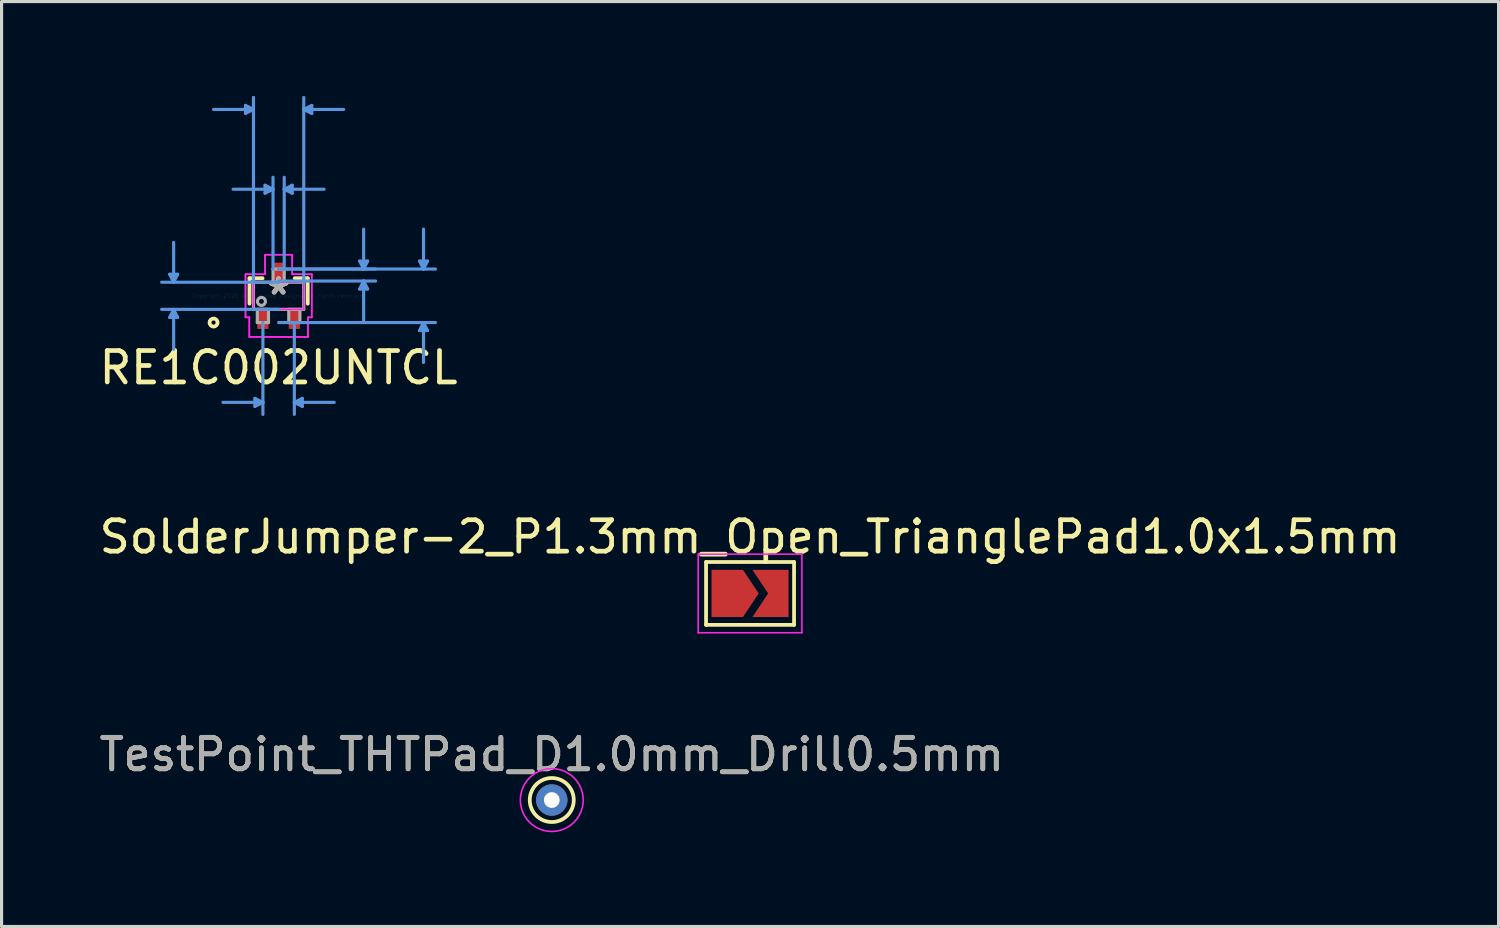
<source format=kicad_pcb>
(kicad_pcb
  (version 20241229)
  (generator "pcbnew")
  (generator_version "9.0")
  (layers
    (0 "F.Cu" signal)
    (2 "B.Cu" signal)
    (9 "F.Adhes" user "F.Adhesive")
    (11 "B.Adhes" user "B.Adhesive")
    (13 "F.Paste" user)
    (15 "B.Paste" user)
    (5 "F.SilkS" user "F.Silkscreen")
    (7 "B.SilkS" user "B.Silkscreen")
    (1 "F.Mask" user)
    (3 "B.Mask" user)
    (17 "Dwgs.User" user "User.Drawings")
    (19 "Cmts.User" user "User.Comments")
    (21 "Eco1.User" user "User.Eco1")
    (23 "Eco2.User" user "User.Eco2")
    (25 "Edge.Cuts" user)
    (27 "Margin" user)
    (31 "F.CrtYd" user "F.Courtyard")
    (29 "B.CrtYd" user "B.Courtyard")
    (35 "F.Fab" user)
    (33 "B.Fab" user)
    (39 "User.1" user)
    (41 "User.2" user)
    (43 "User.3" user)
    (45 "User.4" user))
  (footprint "SolderJumper-2_P1.3mm_Open_TrianglePad1.0x1.5mm"
    (layer "F.Cu")
    (at 20.815 15.832)
    (property "Reference" "SolderJumper-2_P1.3mm_Open_TrianglePad1.0x1.5mm" (at 0 -1.8 0) (layer "F.SilkS") (effects (font (size 1 1) (thickness 0.15))))
    (attr exclude_from_pos_files exclude_from_bom)
    (fp_line (start -1.4 -1) (end 1.4 -1) (stroke (width 0.12) (type solid)) (layer "F.SilkS"))
    (fp_line (start -1.4 1) (end -1.4 -1) (stroke (width 0.12) (type solid)) (layer "F.SilkS"))
    (fp_line (start 1.4 -1) (end 1.4 1) (stroke (width 0.12) (type solid)) (layer "F.SilkS"))
    (fp_line (start 1.4 1) (end -1.4 1) (stroke (width 0.12) (type solid)) (layer "F.SilkS"))
    (fp_line (start -1.65 -1.25) (end -1.65 1.25) (stroke (width 0.05) (type solid)) (layer "F.CrtYd"))
    (fp_line (start -1.65 -1.25) (end 1.65 -1.25) (stroke (width 0.05) (type solid)) (layer "F.CrtYd"))
    (fp_line (start 1.65 1.25) (end -1.65 1.25) (stroke (width 0.05) (type solid)) (layer "F.CrtYd"))
    (fp_line (start 1.65 1.25) (end 1.65 -1.25) (stroke (width 0.05) (type solid)) (layer "F.CrtYd"))
    (pad "1" smd custom (at -0.725 0) (size 0.3 0.3) (layers "F.Cu" "F.Mask") (options (anchor rect)) (primitives (gr_poly (pts (xy 1 0) (xy 0.5 0.75) (xy -0.5 0.75) (xy -0.5 -0.75) (xy 0.5 -0.75)) (width 0) (fill yes))))
    (pad "2" smd custom (at 0.725 0) (size 0.3 0.3) (layers "F.Cu" "F.Mask") (options (anchor rect)) (primitives (gr_poly (pts (xy 0.5 0.75) (xy -0.65 0.75) (xy -0.15 0) (xy -0.65 -0.75) (xy 0.5 -0.75)) (width 0) (fill yes)))))
  (footprint "RE1C002UNTCL"
    (layer "F.Cu")
    (at 5.815 6.362)
    (property "Reference" "RE1C002UNTCL" (at 0 2.286 0) (layer "F.SilkS") (effects (font (size 1 1) (thickness 0.15))))
    (attr through_hole)
    (fp_line (start -0.927 -0.559) (end -0.927 0.25) (stroke (width 0.12) (type solid)) (layer "F.SilkS"))
    (fp_line (start -0.511 -0.559) (end -0.927 -0.559) (stroke (width 0.12) (type solid)) (layer "F.SilkS"))
    (fp_line (start 0.927 -0.559) (end 0.511 -0.559) (stroke (width 0.12) (type solid)) (layer "F.SilkS"))
    (fp_line (start 0.927 0.25) (end 0.927 -0.559) (stroke (width 0.12) (type solid)) (layer "F.SilkS"))
    (fp_circle (center -2.07 0.851) (end -1.943 0.851) (stroke (width 0.12) (type solid)) (fill no) (layer "F.SilkS"))
    (fp_line (start -3.467 -0.686) (end -3.213 -0.686) (stroke (width 0.1) (type solid)) (layer "Cmts.User"))
    (fp_line (start -3.467 0.686) (end -3.213 0.686) (stroke (width 0.1) (type solid)) (layer "Cmts.User"))
    (fp_line (start -3.34 -0.432) (end -3.467 -0.686) (stroke (width 0.1) (type solid)) (layer "Cmts.User"))
    (fp_line (start -3.34 -0.432) (end -3.34 -1.702) (stroke (width 0.1) (type solid)) (layer "Cmts.User"))
    (fp_line (start -3.34 -0.432) (end -3.213 -0.686) (stroke (width 0.1) (type solid)) (layer "Cmts.User"))
    (fp_line (start -3.34 0.432) (end -3.467 0.686) (stroke (width 0.1) (type solid)) (layer "Cmts.User"))
    (fp_line (start -3.34 0.432) (end -3.34 1.702) (stroke (width 0.1) (type solid)) (layer "Cmts.User"))
    (fp_line (start -3.34 0.432) (end -3.213 0.686) (stroke (width 0.1) (type solid)) (layer "Cmts.User"))
    (fp_line (start -1.054 -6.058) (end -1.054 -5.804) (stroke (width 0.1) (type solid)) (layer "Cmts.User"))
    (fp_line (start -0.8 -5.931) (end -2.07 -5.931) (stroke (width 0.1) (type solid)) (layer "Cmts.User"))
    (fp_line (start -0.8 -5.931) (end -1.054 -6.058) (stroke (width 0.1) (type solid)) (layer "Cmts.User"))
    (fp_line (start -0.8 -5.931) (end -1.054 -5.804) (stroke (width 0.1) (type solid)) (layer "Cmts.User"))
    (fp_line (start -0.8 -0.432) (end -0.8 -6.312) (stroke (width 0.1) (type solid)) (layer "Cmts.User"))
    (fp_line (start -0.754 3.264) (end -0.754 3.518) (stroke (width 0.1) (type solid)) (layer "Cmts.User"))
    (fp_line (start -0.5 0.851) (end -0.5 3.772) (stroke (width 0.1) (type solid)) (layer "Cmts.User"))
    (fp_line (start -0.5 3.391) (end -1.77 3.391) (stroke (width 0.1) (type solid)) (layer "Cmts.User"))
    (fp_line (start -0.5 3.391) (end -0.754 3.264) (stroke (width 0.1) (type solid)) (layer "Cmts.User"))
    (fp_line (start -0.5 3.391) (end -0.754 3.518) (stroke (width 0.1) (type solid)) (layer "Cmts.User"))
    (fp_line (start -0.432 -3.518) (end -0.432 -3.264) (stroke (width 0.1) (type solid)) (layer "Cmts.User"))
    (fp_line (start -0.178 -3.391) (end -1.448 -3.391) (stroke (width 0.1) (type solid)) (layer "Cmts.User"))
    (fp_line (start -0.178 -3.391) (end -0.432 -3.518) (stroke (width 0.1) (type solid)) (layer "Cmts.User"))
    (fp_line (start -0.178 -3.391) (end -0.432 -3.264) (stroke (width 0.1) (type solid)) (layer "Cmts.User"))
    (fp_line (start -0.178 -0.851) (end -0.178 -3.772) (stroke (width 0.1) (type solid)) (layer "Cmts.User"))
    (fp_line (start 0 -0.851) (end 3.086 -0.851) (stroke (width 0.1) (type solid)) (layer "Cmts.User"))
    (fp_line (start 0 -0.851) (end 4.991 -0.851) (stroke (width 0.1) (type solid)) (layer "Cmts.User"))
    (fp_line (start 0 -0.47) (end 3.086 -0.47) (stroke (width 0.1) (type solid)) (layer "Cmts.User"))
    (fp_line (start 0 -0.432) (end -3.721 -0.432) (stroke (width 0.1) (type solid)) (layer "Cmts.User"))
    (fp_line (start 0 0.432) (end -3.721 0.432) (stroke (width 0.1) (type solid)) (layer "Cmts.User"))
    (fp_line (start 0 0.851) (end 4.991 0.851) (stroke (width 0.1) (type solid)) (layer "Cmts.User"))
    (fp_line (start 0.178 -3.391) (end 0.432 -3.518) (stroke (width 0.1) (type solid)) (layer "Cmts.User"))
    (fp_line (start 0.178 -3.391) (end 0.432 -3.264) (stroke (width 0.1) (type solid)) (layer "Cmts.User"))
    (fp_line (start 0.178 -3.391) (end 1.448 -3.391) (stroke (width 0.1) (type solid)) (layer "Cmts.User"))
    (fp_line (start 0.178 -0.851) (end 0.178 -3.772) (stroke (width 0.1) (type solid)) (layer "Cmts.User"))
    (fp_line (start 0.432 -3.518) (end 0.432 -3.264) (stroke (width 0.1) (type solid)) (layer "Cmts.User"))
    (fp_line (start 0.5 0.851) (end 0.5 3.772) (stroke (width 0.1) (type solid)) (layer "Cmts.User"))
    (fp_line (start 0.5 3.391) (end 0.754 3.264) (stroke (width 0.1) (type solid)) (layer "Cmts.User"))
    (fp_line (start 0.5 3.391) (end 0.754 3.518) (stroke (width 0.1) (type solid)) (layer "Cmts.User"))
    (fp_line (start 0.5 3.391) (end 1.77 3.391) (stroke (width 0.1) (type solid)) (layer "Cmts.User"))
    (fp_line (start 0.754 3.264) (end 0.754 3.518) (stroke (width 0.1) (type solid)) (layer "Cmts.User"))
    (fp_line (start 0.8 -5.931) (end 1.054 -6.058) (stroke (width 0.1) (type solid)) (layer "Cmts.User"))
    (fp_line (start 0.8 -5.931) (end 1.054 -5.804) (stroke (width 0.1) (type solid)) (layer "Cmts.User"))
    (fp_line (start 0.8 -5.931) (end 2.07 -5.931) (stroke (width 0.1) (type solid)) (layer "Cmts.User"))
    (fp_line (start 0.8 -0.432) (end 0.8 -6.312) (stroke (width 0.1) (type solid)) (layer "Cmts.User"))
    (fp_line (start 1.054 -6.058) (end 1.054 -5.804) (stroke (width 0.1) (type solid)) (layer "Cmts.User"))
    (fp_line (start 2.578 -1.105) (end 2.832 -1.105) (stroke (width 0.1) (type solid)) (layer "Cmts.User"))
    (fp_line (start 2.578 -0.216) (end 2.832 -0.216) (stroke (width 0.1) (type solid)) (layer "Cmts.User"))
    (fp_line (start 2.705 -0.851) (end 2.578 -1.105) (stroke (width 0.1) (type solid)) (layer "Cmts.User"))
    (fp_line (start 2.705 -0.851) (end 2.705 -2.121) (stroke (width 0.1) (type solid)) (layer "Cmts.User"))
    (fp_line (start 2.705 -0.851) (end 2.832 -1.105) (stroke (width 0.1) (type solid)) (layer "Cmts.User"))
    (fp_line (start 2.705 -0.47) (end 2.578 -0.216) (stroke (width 0.1) (type solid)) (layer "Cmts.User"))
    (fp_line (start 2.705 -0.47) (end 2.705 0.8) (stroke (width 0.1) (type solid)) (layer "Cmts.User"))
    (fp_line (start 2.705 -0.47) (end 2.832 -0.216) (stroke (width 0.1) (type solid)) (layer "Cmts.User"))
    (fp_line (start 4.483 -1.105) (end 4.737 -1.105) (stroke (width 0.1) (type solid)) (layer "Cmts.User"))
    (fp_line (start 4.483 1.105) (end 4.737 1.105) (stroke (width 0.1) (type solid)) (layer "Cmts.User"))
    (fp_line (start 4.61 -0.851) (end 4.483 -1.105) (stroke (width 0.1) (type solid)) (layer "Cmts.User"))
    (fp_line (start 4.61 -0.851) (end 4.61 -2.121) (stroke (width 0.1) (type solid)) (layer "Cmts.User"))
    (fp_line (start 4.61 -0.851) (end 4.737 -1.105) (stroke (width 0.1) (type solid)) (layer "Cmts.User"))
    (fp_line (start 4.61 0.851) (end 4.483 1.105) (stroke (width 0.1) (type solid)) (layer "Cmts.User"))
    (fp_line (start 4.61 0.851) (end 4.61 2.121) (stroke (width 0.1) (type solid)) (layer "Cmts.User"))
    (fp_line (start 4.61 0.851) (end 4.737 1.105) (stroke (width 0.1) (type solid)) (layer "Cmts.User"))
    (fp_line (start -1.054 -0.686) (end -0.432 -0.686) (stroke (width 0.05) (type solid)) (layer "F.CrtYd"))
    (fp_line (start -1.054 -0.686) (end -0.432 -0.686) (stroke (width 0.05) (type solid)) (layer "F.CrtYd"))
    (fp_line (start -1.054 0.686) (end -1.054 -0.686) (stroke (width 0.05) (type solid)) (layer "F.CrtYd"))
    (fp_line (start -1.054 0.686) (end -1.054 -0.686) (stroke (width 0.05) (type solid)) (layer "F.CrtYd"))
    (fp_line (start -1.054 0.686) (end -0.932 0.686) (stroke (width 0.05) (type solid)) (layer "F.CrtYd"))
    (fp_line (start -0.932 0.686) (end -1.054 0.686) (stroke (width 0.05) (type solid)) (layer "F.CrtYd"))
    (fp_line (start -0.932 0.686) (end -0.932 1.308) (stroke (width 0.05) (type solid)) (layer "F.CrtYd"))
    (fp_line (start -0.932 1.308) (end -0.932 0.686) (stroke (width 0.05) (type solid)) (layer "F.CrtYd"))
    (fp_line (start -0.932 1.308) (end 0.932 1.308) (stroke (width 0.05) (type solid)) (layer "F.CrtYd"))
    (fp_line (start -0.8 -0.432) (end 0.8 -0.432) (stroke (width 0.05) (type solid)) (layer "F.CrtYd"))
    (fp_line (start -0.8 0.432) (end -0.8 -0.432) (stroke (width 0.05) (type solid)) (layer "F.CrtYd"))
    (fp_line (start -0.432 -1.308) (end 0.432 -1.308) (stroke (width 0.05) (type solid)) (layer "F.CrtYd"))
    (fp_line (start -0.432 -1.308) (end 0.432 -1.308) (stroke (width 0.05) (type solid)) (layer "F.CrtYd"))
    (fp_line (start -0.432 -0.686) (end -0.432 -1.308) (stroke (width 0.05) (type solid)) (layer "F.CrtYd"))
    (fp_line (start -0.432 -0.686) (end -0.432 -1.308) (stroke (width 0.05) (type solid)) (layer "F.CrtYd"))
    (fp_line (start 0.432 -1.308) (end 0.432 -0.686) (stroke (width 0.05) (type solid)) (layer "F.CrtYd"))
    (fp_line (start 0.432 -0.686) (end 0.432 -1.308) (stroke (width 0.05) (type solid)) (layer "F.CrtYd"))
    (fp_line (start 0.432 -0.686) (end 1.054 -0.686) (stroke (width 0.05) (type solid)) (layer "F.CrtYd"))
    (fp_line (start 0.8 -0.432) (end 0.8 0.432) (stroke (width 0.05) (type solid)) (layer "F.CrtYd"))
    (fp_line (start 0.8 0.432) (end -0.8 0.432) (stroke (width 0.05) (type solid)) (layer "F.CrtYd"))
    (fp_line (start 0.932 0.686) (end 0.932 1.308) (stroke (width 0.05) (type solid)) (layer "F.CrtYd"))
    (fp_line (start 0.932 0.686) (end 0.932 1.308) (stroke (width 0.05) (type solid)) (layer "F.CrtYd"))
    (fp_line (start 0.932 1.308) (end -0.932 1.308) (stroke (width 0.05) (type solid)) (layer "F.CrtYd"))
    (fp_line (start 1.054 -0.686) (end 0.432 -0.686) (stroke (width 0.05) (type solid)) (layer "F.CrtYd"))
    (fp_line (start 1.054 -0.686) (end 1.054 0.686) (stroke (width 0.05) (type solid)) (layer "F.CrtYd"))
    (fp_line (start 1.054 -0.686) (end 1.054 0.686) (stroke (width 0.05) (type solid)) (layer "F.CrtYd"))
    (fp_line (start 1.054 0.686) (end 0.932 0.686) (stroke (width 0.05) (type solid)) (layer "F.CrtYd"))
    (fp_line (start 1.054 0.686) (end 0.932 0.686) (stroke (width 0.05) (type solid)) (layer "F.CrtYd"))
    (fp_line (start -0.8 -0.432) (end -0.8 0.432) (stroke (width 0.1) (type solid)) (layer "F.Fab"))
    (fp_line (start -0.8 0.432) (end 0.8 0.432) (stroke (width 0.1) (type solid)) (layer "F.Fab"))
    (fp_line (start -0.678 0.432) (end -0.678 0.851) (stroke (width 0.1) (type solid)) (layer "F.Fab"))
    (fp_line (start -0.678 0.851) (end -0.322 0.851) (stroke (width 0.1) (type solid)) (layer "F.Fab"))
    (fp_line (start -0.322 0.432) (end -0.678 0.432) (stroke (width 0.1) (type solid)) (layer "F.Fab"))
    (fp_line (start -0.322 0.851) (end -0.322 0.432) (stroke (width 0.1) (type solid)) (layer "F.Fab"))
    (fp_line (start -0.178 -0.851) (end -0.178 -0.432) (stroke (width 0.1) (type solid)) (layer "F.Fab"))
    (fp_line (start -0.178 -0.432) (end 0.178 -0.432) (stroke (width 0.1) (type solid)) (layer "F.Fab"))
    (fp_line (start 0.178 -0.851) (end -0.178 -0.851) (stroke (width 0.1) (type solid)) (layer "F.Fab"))
    (fp_line (start 0.178 -0.432) (end 0.178 -0.851) (stroke (width 0.1) (type solid)) (layer "F.Fab"))
    (fp_line (start 0.322 0.432) (end 0.322 0.851) (stroke (width 0.1) (type solid)) (layer "F.Fab"))
    (fp_line (start 0.322 0.851) (end 0.678 0.851) (stroke (width 0.1) (type solid)) (layer "F.Fab"))
    (fp_line (start 0.678 0.432) (end 0.322 0.432) (stroke (width 0.1) (type solid)) (layer "F.Fab"))
    (fp_line (start 0.678 0.851) (end 0.678 0.432) (stroke (width 0.1) (type solid)) (layer "F.Fab"))
    (fp_line (start 0.8 -0.432) (end -0.8 -0.432) (stroke (width 0.1) (type solid)) (layer "F.Fab"))
    (fp_line (start 0.8 0.432) (end 0.8 -0.432) (stroke (width 0.1) (type solid)) (layer "F.Fab"))
    (fp_circle (center -0.546 0.178) (end -0.419 0.178) (stroke (width 0.1) (type solid)) (fill no) (layer "F.Fab"))
    (fp_text user "*" (at 0 0 0) (layer "F.SilkS") (effects (font (size 1 1) (thickness 0.15))))
    (fp_text user "Copyright 2021 Accelerated Designs. All rights reserved." (at 0 0 0) (layer "Cmts.User") (effects (font (size 0.127 0.127) (thickness 0.002))))
    (fp_text user "*" (at 0 0 0) (layer "F.Fab") (effects (font (size 1 1) (thickness 0.15))))
    (pad "1" smd rect (at -0.5 0.762) (size 0.356 0.584) (layers "F.Cu" "F.Mask" "F.Paste"))
    (pad "2" smd rect (at 0.5 0.762) (size 0.356 0.584) (layers "F.Cu" "F.Mask" "F.Paste"))
    (pad "3" smd rect (at 0 -0.762) (size 0.356 0.584) (layers "F.Cu" "F.Mask" "F.Paste")))
  (footprint "TestPoint_THTPad_D1.0mm_Drill0.5mm"
    (layer "F.Cu")
    (at 14.506 22.405)
    (property "Reference" "TestPoint_THTPad_D1.0mm_Drill0.5mm" (at 0 -1.448 0) (layer "F.SilkS") (effects (font (size 1 1) (thickness 0.15))))
    (attr exclude_from_pos_files exclude_from_bom)
    (fp_circle (center 0 0) (end 0 0.7) (stroke (width 0.12) (type solid)) (fill no) (layer "F.SilkS"))
    (fp_circle (center 0 0) (end 1 0) (stroke (width 0.05) (type solid)) (fill no) (layer "F.CrtYd"))
    (fp_text user "${REFERENCE}" (at 0 -1.45 0) (layer "F.Fab") (effects (font (size 1 1) (thickness 0.15))))
    (pad "1" thru_hole circle (at 0 0) (size 1 1) (drill 0.5) (layers "*.Cu" "*.Mask")))
  (gr_rect
    (start -3 -3)
    (end 44.631 26.43)
    (stroke (width 0.1) (type default))
    (fill no)
    (layer "Edge.Cuts")))
</source>
